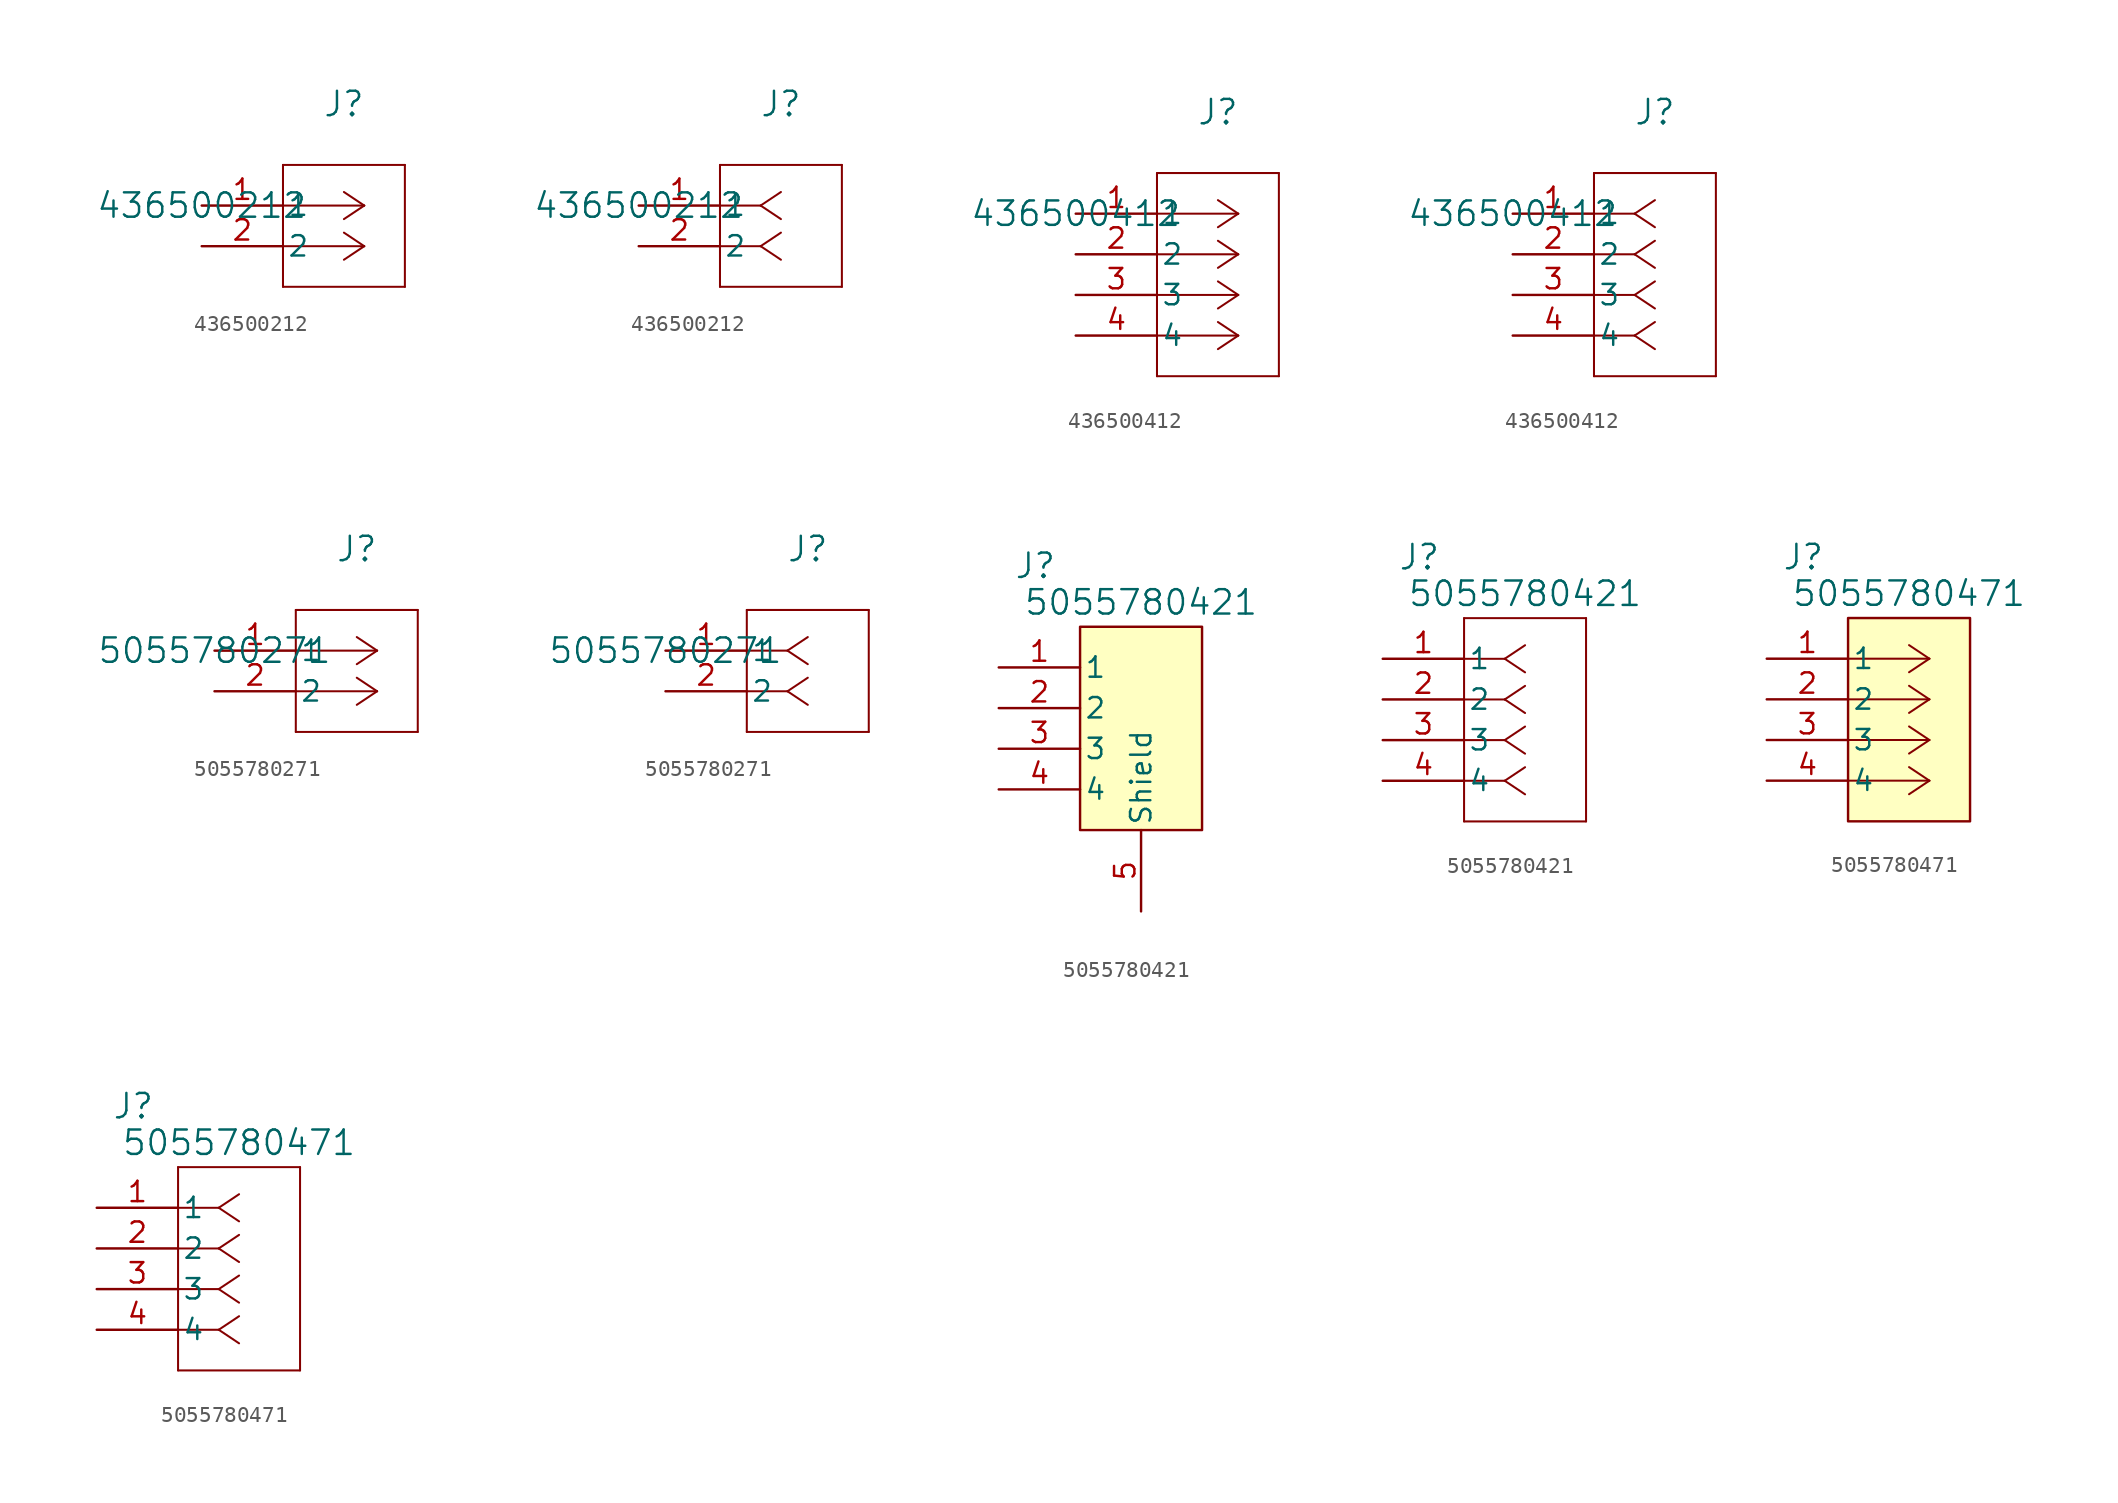
<source format=kicad_sym>
(kicad_symbol_lib
  (version 20231120)
  (generator "kicad_symbol_editor")
  (generator_version "8.0")
  (symbol "436500212"
    (pin_names
      (offset 0.254))
    (property "Reference" "J"
      (at 8.89 6.35 0)
      (effects (font (size 1.524 1.524))))
    (property "Value" "436500212"
      (at 0 0 0)
      (effects (font (size 1.524 1.524))))
    (property "ki_locked" ""
      (at 0 0 0)
      (effects (font (size 1.27 1.27))))
    (symbol "436500212_1_1"
      (polyline (pts (xy 5.08 -5.08) (xy 12.7 -5.08)) (stroke (width 0.127) (type default)) (fill (type none)))
      (polyline (pts (xy 5.08 2.54) (xy 5.08 -5.08)) (stroke (width 0.127) (type default)) (fill (type none)))
      (polyline (pts (xy 10.16 -2.54) (xy 5.08 -2.54)) (stroke (width 0.127) (type default)) (fill (type none)))
      (polyline (pts (xy 10.16 -2.54) (xy 8.89 -3.387)) (stroke (width 0.127) (type default)) (fill (type none)))
      (polyline (pts (xy 10.16 -2.54) (xy 8.89 -1.693)) (stroke (width 0.127) (type default)) (fill (type none)))
      (polyline (pts (xy 10.16 0) (xy 5.08 0)) (stroke (width 0.127) (type default)) (fill (type none)))
      (polyline (pts (xy 10.16 0) (xy 8.89 -0.847)) (stroke (width 0.127) (type default)) (fill (type none)))
      (polyline (pts (xy 10.16 0) (xy 8.89 0.847)) (stroke (width 0.127) (type default)) (fill (type none)))
      (polyline (pts (xy 12.7 -5.08) (xy 12.7 2.54)) (stroke (width 0.127) (type default)) (fill (type none)))
      (polyline (pts (xy 12.7 2.54) (xy 5.08 2.54)) (stroke (width 0.127) (type default)) (fill (type none)))
      (pin unspecified line (at 0 0 0) (length 5.08) (name "1" (effects (font (size 1.27 1.27)))) (number "1" (effects (font (size 1.27 1.27)))))
      (pin unspecified line (at 0 -2.54 0) (length 5.08) (name "2" (effects (font (size 1.27 1.27)))) (number "2" (effects (font (size 1.27 1.27))))))
    (symbol "436500212_1_2"
      (polyline (pts (xy 5.08 -5.08) (xy 12.7 -5.08)) (stroke (width 0.127) (type default)) (fill (type none)))
      (polyline (pts (xy 5.08 2.54) (xy 5.08 -5.08)) (stroke (width 0.127) (type default)) (fill (type none)))
      (polyline (pts (xy 7.62 -2.54) (xy 5.08 -2.54)) (stroke (width 0.127) (type default)) (fill (type none)))
      (polyline (pts (xy 7.62 -2.54) (xy 8.89 -3.387)) (stroke (width 0.127) (type default)) (fill (type none)))
      (polyline (pts (xy 7.62 -2.54) (xy 8.89 -1.693)) (stroke (width 0.127) (type default)) (fill (type none)))
      (polyline (pts (xy 7.62 0) (xy 5.08 0)) (stroke (width 0.127) (type default)) (fill (type none)))
      (polyline (pts (xy 7.62 0) (xy 8.89 -0.847)) (stroke (width 0.127) (type default)) (fill (type none)))
      (polyline (pts (xy 7.62 0) (xy 8.89 0.847)) (stroke (width 0.127) (type default)) (fill (type none)))
      (polyline (pts (xy 12.7 -5.08) (xy 12.7 2.54)) (stroke (width 0.127) (type default)) (fill (type none)))
      (polyline (pts (xy 12.7 2.54) (xy 5.08 2.54)) (stroke (width 0.127) (type default)) (fill (type none)))
      (pin unspecified line (at 0 0 0) (length 5.08) (name "1" (effects (font (size 1.27 1.27)))) (number "1" (effects (font (size 1.27 1.27)))))
      (pin unspecified line (at 0 -2.54 0) (length 5.08) (name "2" (effects (font (size 1.27 1.27)))) (number "2" (effects (font (size 1.27 1.27)))))))
  (symbol "436500412"
    (pin_names
      (offset 0.254))
    (property "Reference" "J"
      (at 8.89 6.35 0)
      (effects (font (size 1.524 1.524))))
    (property "Value" "436500412"
      (at 0 0 0)
      (effects (font (size 1.524 1.524))))
    (property "ki_locked" ""
      (at 0 0 0)
      (effects (font (size 1.27 1.27))))
    (symbol "436500412_1_1"
      (polyline (pts (xy 5.08 -10.16) (xy 12.7 -10.16)) (stroke (width 0.127) (type default)) (fill (type none)))
      (polyline (pts (xy 5.08 2.54) (xy 5.08 -10.16)) (stroke (width 0.127) (type default)) (fill (type none)))
      (polyline (pts (xy 10.16 -7.62) (xy 5.08 -7.62)) (stroke (width 0.127) (type default)) (fill (type none)))
      (polyline (pts (xy 10.16 -7.62) (xy 8.89 -8.467)) (stroke (width 0.127) (type default)) (fill (type none)))
      (polyline (pts (xy 10.16 -7.62) (xy 8.89 -6.773)) (stroke (width 0.127) (type default)) (fill (type none)))
      (polyline (pts (xy 10.16 -5.08) (xy 5.08 -5.08)) (stroke (width 0.127) (type default)) (fill (type none)))
      (polyline (pts (xy 10.16 -5.08) (xy 8.89 -5.927)) (stroke (width 0.127) (type default)) (fill (type none)))
      (polyline (pts (xy 10.16 -5.08) (xy 8.89 -4.233)) (stroke (width 0.127) (type default)) (fill (type none)))
      (polyline (pts (xy 10.16 -2.54) (xy 5.08 -2.54)) (stroke (width 0.127) (type default)) (fill (type none)))
      (polyline (pts (xy 10.16 -2.54) (xy 8.89 -3.387)) (stroke (width 0.127) (type default)) (fill (type none)))
      (polyline (pts (xy 10.16 -2.54) (xy 8.89 -1.693)) (stroke (width 0.127) (type default)) (fill (type none)))
      (polyline (pts (xy 10.16 0) (xy 5.08 0)) (stroke (width 0.127) (type default)) (fill (type none)))
      (polyline (pts (xy 10.16 0) (xy 8.89 -0.847)) (stroke (width 0.127) (type default)) (fill (type none)))
      (polyline (pts (xy 10.16 0) (xy 8.89 0.847)) (stroke (width 0.127) (type default)) (fill (type none)))
      (polyline (pts (xy 12.7 -10.16) (xy 12.7 2.54)) (stroke (width 0.127) (type default)) (fill (type none)))
      (polyline (pts (xy 12.7 2.54) (xy 5.08 2.54)) (stroke (width 0.127) (type default)) (fill (type none)))
      (pin unspecified line (at 0 0 0) (length 5.08) (name "1" (effects (font (size 1.27 1.27)))) (number "1" (effects (font (size 1.27 1.27)))))
      (pin unspecified line (at 0 -2.54 0) (length 5.08) (name "2" (effects (font (size 1.27 1.27)))) (number "2" (effects (font (size 1.27 1.27)))))
      (pin unspecified line (at 0 -5.08 0) (length 5.08) (name "3" (effects (font (size 1.27 1.27)))) (number "3" (effects (font (size 1.27 1.27)))))
      (pin unspecified line (at 0 -7.62 0) (length 5.08) (name "4" (effects (font (size 1.27 1.27)))) (number "4" (effects (font (size 1.27 1.27))))))
    (symbol "436500412_1_2"
      (polyline (pts (xy 5.08 -10.16) (xy 12.7 -10.16)) (stroke (width 0.127) (type default)) (fill (type none)))
      (polyline (pts (xy 5.08 2.54) (xy 5.08 -10.16)) (stroke (width 0.127) (type default)) (fill (type none)))
      (polyline (pts (xy 7.62 -7.62) (xy 5.08 -7.62)) (stroke (width 0.127) (type default)) (fill (type none)))
      (polyline (pts (xy 7.62 -7.62) (xy 8.89 -8.467)) (stroke (width 0.127) (type default)) (fill (type none)))
      (polyline (pts (xy 7.62 -7.62) (xy 8.89 -6.773)) (stroke (width 0.127) (type default)) (fill (type none)))
      (polyline (pts (xy 7.62 -5.08) (xy 5.08 -5.08)) (stroke (width 0.127) (type default)) (fill (type none)))
      (polyline (pts (xy 7.62 -5.08) (xy 8.89 -5.927)) (stroke (width 0.127) (type default)) (fill (type none)))
      (polyline (pts (xy 7.62 -5.08) (xy 8.89 -4.233)) (stroke (width 0.127) (type default)) (fill (type none)))
      (polyline (pts (xy 7.62 -2.54) (xy 5.08 -2.54)) (stroke (width 0.127) (type default)) (fill (type none)))
      (polyline (pts (xy 7.62 -2.54) (xy 8.89 -3.387)) (stroke (width 0.127) (type default)) (fill (type none)))
      (polyline (pts (xy 7.62 -2.54) (xy 8.89 -1.693)) (stroke (width 0.127) (type default)) (fill (type none)))
      (polyline (pts (xy 7.62 0) (xy 5.08 0)) (stroke (width 0.127) (type default)) (fill (type none)))
      (polyline (pts (xy 7.62 0) (xy 8.89 -0.847)) (stroke (width 0.127) (type default)) (fill (type none)))
      (polyline (pts (xy 7.62 0) (xy 8.89 0.847)) (stroke (width 0.127) (type default)) (fill (type none)))
      (polyline (pts (xy 12.7 -10.16) (xy 12.7 2.54)) (stroke (width 0.127) (type default)) (fill (type none)))
      (polyline (pts (xy 12.7 2.54) (xy 5.08 2.54)) (stroke (width 0.127) (type default)) (fill (type none)))
      (pin unspecified line (at 0 0 0) (length 5.08) (name "1" (effects (font (size 1.27 1.27)))) (number "1" (effects (font (size 1.27 1.27)))))
      (pin unspecified line (at 0 -2.54 0) (length 5.08) (name "2" (effects (font (size 1.27 1.27)))) (number "2" (effects (font (size 1.27 1.27)))))
      (pin unspecified line (at 0 -5.08 0) (length 5.08) (name "3" (effects (font (size 1.27 1.27)))) (number "3" (effects (font (size 1.27 1.27)))))
      (pin unspecified line (at 0 -7.62 0) (length 5.08) (name "4" (effects (font (size 1.27 1.27)))) (number "4" (effects (font (size 1.27 1.27)))))))
  (symbol "5055780271"
    (pin_names
      (offset 0.254))
    (property "Reference" "J"
      (at 8.89 6.35 0)
      (effects (font (size 1.524 1.524))))
    (property "Value" "5055780271"
      (at 0 0 0)
      (effects (font (size 1.524 1.524))))
    (property "ki_locked" ""
      (at 0 0 0)
      (effects (font (size 1.27 1.27))))
    (symbol "5055780271_1_1"
      (polyline (pts (xy 5.08 -5.08) (xy 12.7 -5.08)) (stroke (width 0.127) (type default)) (fill (type none)))
      (polyline (pts (xy 5.08 2.54) (xy 5.08 -5.08)) (stroke (width 0.127) (type default)) (fill (type none)))
      (polyline (pts (xy 10.16 -2.54) (xy 5.08 -2.54)) (stroke (width 0.127) (type default)) (fill (type none)))
      (polyline (pts (xy 10.16 -2.54) (xy 8.89 -3.387)) (stroke (width 0.127) (type default)) (fill (type none)))
      (polyline (pts (xy 10.16 -2.54) (xy 8.89 -1.693)) (stroke (width 0.127) (type default)) (fill (type none)))
      (polyline (pts (xy 10.16 0) (xy 5.08 0)) (stroke (width 0.127) (type default)) (fill (type none)))
      (polyline (pts (xy 10.16 0) (xy 8.89 -0.847)) (stroke (width 0.127) (type default)) (fill (type none)))
      (polyline (pts (xy 10.16 0) (xy 8.89 0.847)) (stroke (width 0.127) (type default)) (fill (type none)))
      (polyline (pts (xy 12.7 -5.08) (xy 12.7 2.54)) (stroke (width 0.127) (type default)) (fill (type none)))
      (polyline (pts (xy 12.7 2.54) (xy 5.08 2.54)) (stroke (width 0.127) (type default)) (fill (type none)))
      (pin unspecified line (at 0 0 0) (length 5.08) (name "1" (effects (font (size 1.27 1.27)))) (number "1" (effects (font (size 1.27 1.27)))))
      (pin unspecified line (at 0 -2.54 0) (length 5.08) (name "2" (effects (font (size 1.27 1.27)))) (number "2" (effects (font (size 1.27 1.27))))))
    (symbol "5055780271_1_2"
      (polyline (pts (xy 5.08 -5.08) (xy 12.7 -5.08)) (stroke (width 0.127) (type default)) (fill (type none)))
      (polyline (pts (xy 5.08 2.54) (xy 5.08 -5.08)) (stroke (width 0.127) (type default)) (fill (type none)))
      (polyline (pts (xy 7.62 -2.54) (xy 5.08 -2.54)) (stroke (width 0.127) (type default)) (fill (type none)))
      (polyline (pts (xy 7.62 -2.54) (xy 8.89 -3.387)) (stroke (width 0.127) (type default)) (fill (type none)))
      (polyline (pts (xy 7.62 -2.54) (xy 8.89 -1.693)) (stroke (width 0.127) (type default)) (fill (type none)))
      (polyline (pts (xy 7.62 0) (xy 5.08 0)) (stroke (width 0.127) (type default)) (fill (type none)))
      (polyline (pts (xy 7.62 0) (xy 8.89 -0.847)) (stroke (width 0.127) (type default)) (fill (type none)))
      (polyline (pts (xy 7.62 0) (xy 8.89 0.847)) (stroke (width 0.127) (type default)) (fill (type none)))
      (polyline (pts (xy 12.7 -5.08) (xy 12.7 2.54)) (stroke (width 0.127) (type default)) (fill (type none)))
      (polyline (pts (xy 12.7 2.54) (xy 5.08 2.54)) (stroke (width 0.127) (type default)) (fill (type none)))
      (pin unspecified line (at 0 0 0) (length 5.08) (name "1" (effects (font (size 1.27 1.27)))) (number "1" (effects (font (size 1.27 1.27)))))
      (pin unspecified line (at 0 -2.54 0) (length 5.08) (name "2" (effects (font (size 1.27 1.27)))) (number "2" (effects (font (size 1.27 1.27)))))))
  (symbol "5055780421"
    (pin_names
      (offset 0.254))
    (property "Reference" "J"
      (at 2.286 6.35 0)
      (effects (font (size 1.524 1.524))))
    (property "Value" "5055780421"
      (at 8.89 4.064 0)
      (effects (font (size 1.524 1.524))))
    (symbol "5055780421_1_1"
      (rectangle (start 5.08 2.54) (end 12.7 -10.16) (stroke (width 0) (type default)) (fill (type background)))
      (pin passive line (at 0 0 0) (length 5.08) (name "1" (effects (font (size 1.27 1.27)))) (number "1" (effects (font (size 1.27 1.27)))))
      (pin passive line (at 0 -2.54 0) (length 5.08) (name "2" (effects (font (size 1.27 1.27)))) (number "2" (effects (font (size 1.27 1.27)))))
      (pin passive line (at 0 -5.08 0) (length 5.08) (name "3" (effects (font (size 1.27 1.27)))) (number "3" (effects (font (size 1.27 1.27)))))
      (pin passive line (at 0 -7.62 0) (length 5.08) (name "4" (effects (font (size 1.27 1.27)))) (number "4" (effects (font (size 1.27 1.27)))))
      (pin passive line (at 8.89 -15.24 90) (length 5.08) (name "Shield" (effects (font (size 1.27 1.27)))) (number "5" (effects (font (size 1.27 1.27)))))
      (pin passive line (at 8.89 -15.24 90) (length 5.08) hide (name "Shield" (effects (font (size 1.27 1.27)))) (number "6" (effects (font (size 1.27 1.27))))))
    (symbol "5055780421_1_2"
      (polyline (pts (xy 5.08 -10.16) (xy 12.7 -10.16)) (stroke (width 0.127) (type default)) (fill (type none)))
      (polyline (pts (xy 5.08 2.54) (xy 5.08 -10.16)) (stroke (width 0.127) (type default)) (fill (type none)))
      (polyline (pts (xy 7.62 -7.62) (xy 5.08 -7.62)) (stroke (width 0.127) (type default)) (fill (type none)))
      (polyline (pts (xy 7.62 -7.62) (xy 8.89 -8.467)) (stroke (width 0.127) (type default)) (fill (type none)))
      (polyline (pts (xy 7.62 -7.62) (xy 8.89 -6.773)) (stroke (width 0.127) (type default)) (fill (type none)))
      (polyline (pts (xy 7.62 -5.08) (xy 5.08 -5.08)) (stroke (width 0.127) (type default)) (fill (type none)))
      (polyline (pts (xy 7.62 -5.08) (xy 8.89 -5.927)) (stroke (width 0.127) (type default)) (fill (type none)))
      (polyline (pts (xy 7.62 -5.08) (xy 8.89 -4.233)) (stroke (width 0.127) (type default)) (fill (type none)))
      (polyline (pts (xy 7.62 -2.54) (xy 5.08 -2.54)) (stroke (width 0.127) (type default)) (fill (type none)))
      (polyline (pts (xy 7.62 -2.54) (xy 8.89 -3.387)) (stroke (width 0.127) (type default)) (fill (type none)))
      (polyline (pts (xy 7.62 -2.54) (xy 8.89 -1.693)) (stroke (width 0.127) (type default)) (fill (type none)))
      (polyline (pts (xy 7.62 0) (xy 5.08 0)) (stroke (width 0.127) (type default)) (fill (type none)))
      (polyline (pts (xy 7.62 0) (xy 8.89 -0.847)) (stroke (width 0.127) (type default)) (fill (type none)))
      (polyline (pts (xy 7.62 0) (xy 8.89 0.847)) (stroke (width 0.127) (type default)) (fill (type none)))
      (polyline (pts (xy 12.7 -10.16) (xy 12.7 2.54)) (stroke (width 0.127) (type default)) (fill (type none)))
      (polyline (pts (xy 12.7 2.54) (xy 5.08 2.54)) (stroke (width 0.127) (type default)) (fill (type none)))
      (pin unspecified line (at 0 0 0) (length 5.08) (name "1" (effects (font (size 1.27 1.27)))) (number "1" (effects (font (size 1.27 1.27)))))
      (pin unspecified line (at 0 -2.54 0) (length 5.08) (name "2" (effects (font (size 1.27 1.27)))) (number "2" (effects (font (size 1.27 1.27)))))
      (pin unspecified line (at 0 -5.08 0) (length 5.08) (name "3" (effects (font (size 1.27 1.27)))) (number "3" (effects (font (size 1.27 1.27)))))
      (pin unspecified line (at 0 -7.62 0) (length 5.08) (name "4" (effects (font (size 1.27 1.27)))) (number "4" (effects (font (size 1.27 1.27)))))))
  (symbol "5055780471"
    (pin_names
      (offset 0.254))
    (property "Reference" "J"
      (at 2.286 6.35 0)
      (effects (font (size 1.524 1.524))))
    (property "Value" "5055780471"
      (at 8.89 4.064 0)
      (effects (font (size 1.524 1.524))))
    (symbol "5055780471_1_1"
      (polyline (pts (xy 10.16 -7.62) (xy 5.08 -7.62)) (stroke (width 0.127) (type default)) (fill (type none)))
      (polyline (pts (xy 10.16 -7.62) (xy 8.89 -8.467)) (stroke (width 0.127) (type default)) (fill (type none)))
      (polyline (pts (xy 10.16 -7.62) (xy 8.89 -6.773)) (stroke (width 0.127) (type default)) (fill (type none)))
      (polyline (pts (xy 10.16 -5.08) (xy 5.08 -5.08)) (stroke (width 0.127) (type default)) (fill (type none)))
      (polyline (pts (xy 10.16 -5.08) (xy 8.89 -5.927)) (stroke (width 0.127) (type default)) (fill (type none)))
      (polyline (pts (xy 10.16 -5.08) (xy 8.89 -4.233)) (stroke (width 0.127) (type default)) (fill (type none)))
      (polyline (pts (xy 10.16 -2.54) (xy 5.08 -2.54)) (stroke (width 0.127) (type default)) (fill (type none)))
      (polyline (pts (xy 10.16 -2.54) (xy 8.89 -3.387)) (stroke (width 0.127) (type default)) (fill (type none)))
      (polyline (pts (xy 10.16 -2.54) (xy 8.89 -1.693)) (stroke (width 0.127) (type default)) (fill (type none)))
      (polyline (pts (xy 10.16 0) (xy 5.08 0)) (stroke (width 0.127) (type default)) (fill (type none)))
      (polyline (pts (xy 10.16 0) (xy 8.89 -0.847)) (stroke (width 0.127) (type default)) (fill (type none)))
      (polyline (pts (xy 10.16 0) (xy 8.89 0.847)) (stroke (width 0.127) (type default)) (fill (type none)))
      (rectangle (start 5.08 2.54) (end 12.7 -10.16) (stroke (width 0) (type default)) (fill (type background)))
      (pin unspecified line (at 0 0 0) (length 5.08) (name "1" (effects (font (size 1.27 1.27)))) (number "1" (effects (font (size 1.27 1.27)))))
      (pin unspecified line (at 0 -2.54 0) (length 5.08) (name "2" (effects (font (size 1.27 1.27)))) (number "2" (effects (font (size 1.27 1.27)))))
      (pin unspecified line (at 0 -5.08 0) (length 5.08) (name "3" (effects (font (size 1.27 1.27)))) (number "3" (effects (font (size 1.27 1.27)))))
      (pin unspecified line (at 0 -7.62 0) (length 5.08) (name "4" (effects (font (size 1.27 1.27)))) (number "4" (effects (font (size 1.27 1.27))))))
    (symbol "5055780471_1_2"
      (polyline (pts (xy 5.08 -10.16) (xy 12.7 -10.16)) (stroke (width 0.127) (type default)) (fill (type none)))
      (polyline (pts (xy 5.08 2.54) (xy 5.08 -10.16)) (stroke (width 0.127) (type default)) (fill (type none)))
      (polyline (pts (xy 7.62 -7.62) (xy 5.08 -7.62)) (stroke (width 0.127) (type default)) (fill (type none)))
      (polyline (pts (xy 7.62 -7.62) (xy 8.89 -8.467)) (stroke (width 0.127) (type default)) (fill (type none)))
      (polyline (pts (xy 7.62 -7.62) (xy 8.89 -6.773)) (stroke (width 0.127) (type default)) (fill (type none)))
      (polyline (pts (xy 7.62 -5.08) (xy 5.08 -5.08)) (stroke (width 0.127) (type default)) (fill (type none)))
      (polyline (pts (xy 7.62 -5.08) (xy 8.89 -5.927)) (stroke (width 0.127) (type default)) (fill (type none)))
      (polyline (pts (xy 7.62 -5.08) (xy 8.89 -4.233)) (stroke (width 0.127) (type default)) (fill (type none)))
      (polyline (pts (xy 7.62 -2.54) (xy 5.08 -2.54)) (stroke (width 0.127) (type default)) (fill (type none)))
      (polyline (pts (xy 7.62 -2.54) (xy 8.89 -3.387)) (stroke (width 0.127) (type default)) (fill (type none)))
      (polyline (pts (xy 7.62 -2.54) (xy 8.89 -1.693)) (stroke (width 0.127) (type default)) (fill (type none)))
      (polyline (pts (xy 7.62 0) (xy 5.08 0)) (stroke (width 0.127) (type default)) (fill (type none)))
      (polyline (pts (xy 7.62 0) (xy 8.89 -0.847)) (stroke (width 0.127) (type default)) (fill (type none)))
      (polyline (pts (xy 7.62 0) (xy 8.89 0.847)) (stroke (width 0.127) (type default)) (fill (type none)))
      (polyline (pts (xy 12.7 -10.16) (xy 12.7 2.54)) (stroke (width 0.127) (type default)) (fill (type none)))
      (polyline (pts (xy 12.7 2.54) (xy 5.08 2.54)) (stroke (width 0.127) (type default)) (fill (type none)))
      (pin unspecified line (at 0 0 0) (length 5.08) (name "1" (effects (font (size 1.27 1.27)))) (number "1" (effects (font (size 1.27 1.27)))))
      (pin unspecified line (at 0 -2.54 0) (length 5.08) (name "2" (effects (font (size 1.27 1.27)))) (number "2" (effects (font (size 1.27 1.27)))))
      (pin unspecified line (at 0 -5.08 0) (length 5.08) (name "3" (effects (font (size 1.27 1.27)))) (number "3" (effects (font (size 1.27 1.27)))))
      (pin unspecified line (at 0 -7.62 0) (length 5.08) (name "4" (effects (font (size 1.27 1.27)))) (number "4" (effects (font (size 1.27 1.27))))))))
</source>
